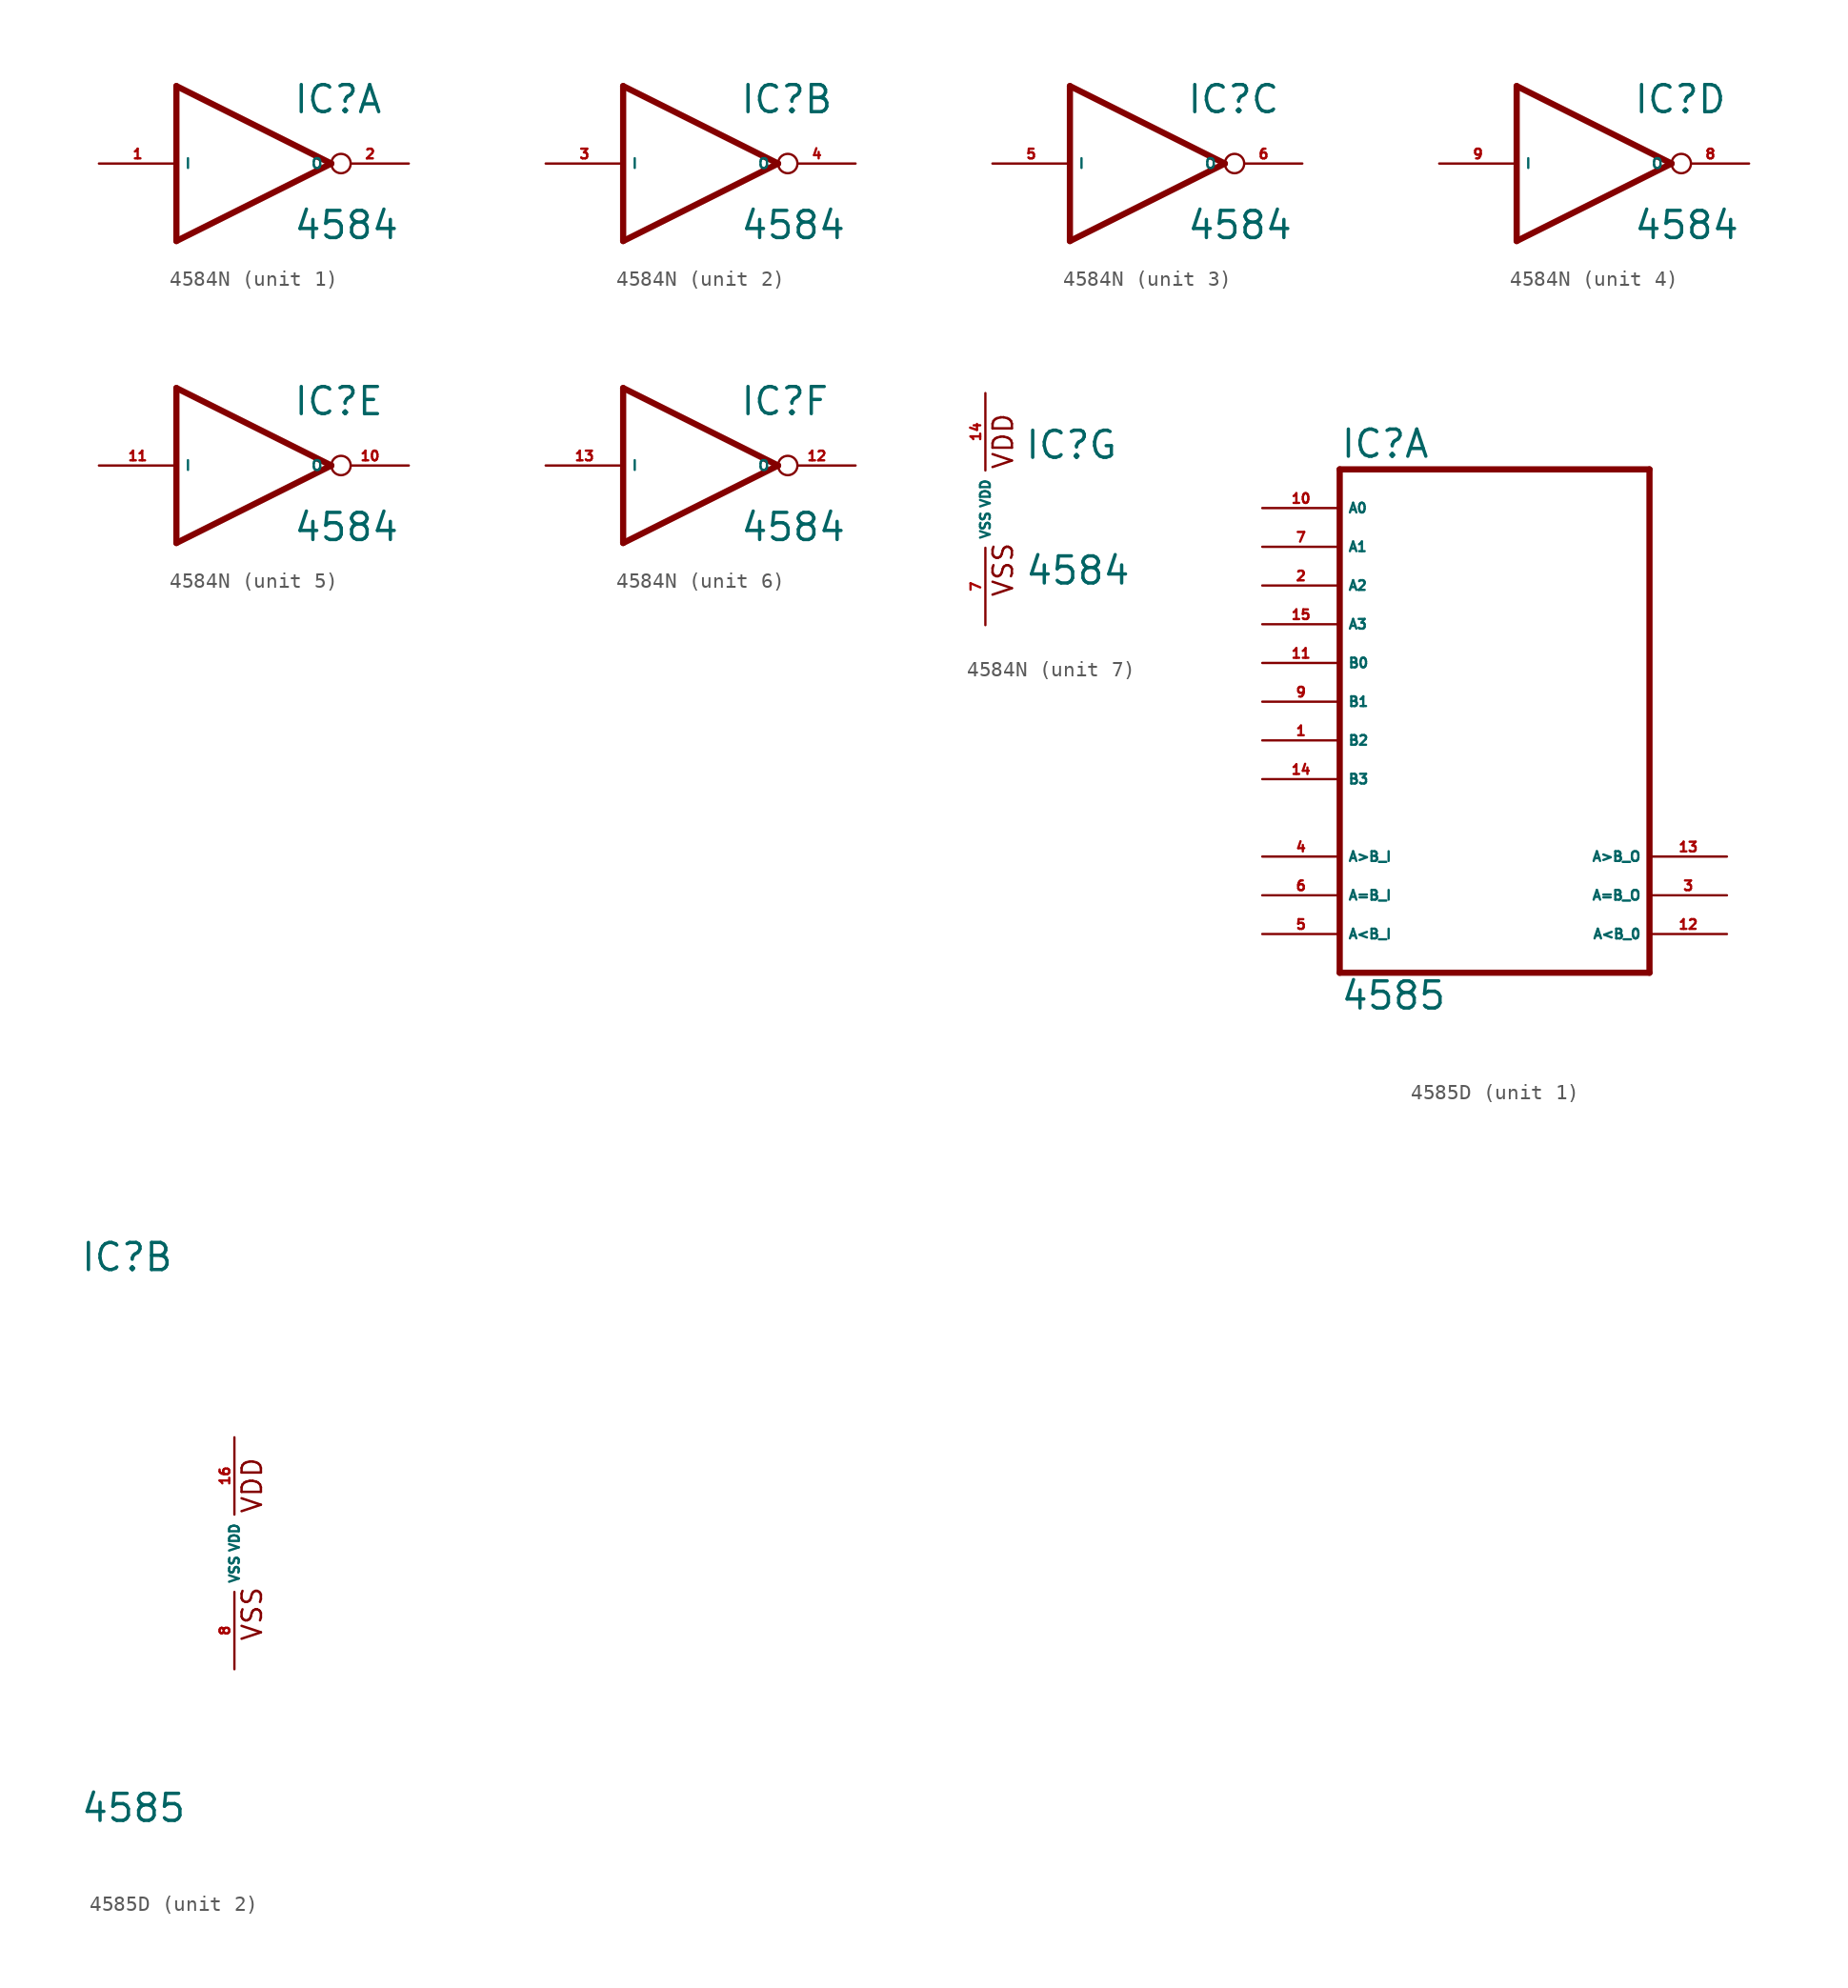
<source format=kicad_sym>
(kicad_symbol_lib
  (version 20220914)
  (generator Eagle2Kicad)
  (symbol "4584N"
    (property "Reference" "IC"
      (at 2.54 3.175 0)
      (effects (font (size 1.778 1.778) (thickness 0.22)) (justify left bottom)))
    (property "Value" "4584"
      (at 2.54 -5.08 0)
      (effects (font (size 1.778 1.778) (thickness 0.22)) (justify left bottom)))
    (symbol "4584N_1_0"
      (polyline (pts (xy -5.08 -5.08) (xy 5.08 0)) (stroke (width 0.406) (type default)) (fill (type none)))
      (polyline (pts (xy 5.08 0) (xy -5.08 5.08)) (stroke (width 0.406) (type default)) (fill (type none)))
      (polyline (pts (xy -5.08 5.08) (xy -5.08 -5.08)) (stroke (width 0.406) (type default)) (fill (type none)))
      (pin output inverted (at 10.16 0 180) (length 5.08) (name "O" (effects (font (size 0.635 0.635) (thickness 0.08)) (justify left bottom))) (number "2" (effects (font (size 0.635 0.635) (thickness 0.08)) (justify left bottom))))
      (pin input line (at -10.16 0 0) (length 5.08) (name "I" (effects (font (size 0.635 0.635) (thickness 0.08)) (justify left bottom))) (number "1" (effects (font (size 0.635 0.635) (thickness 0.08)) (justify left bottom)))))
    (symbol "4584N_2_0"
      (polyline (pts (xy -5.08 -5.08) (xy 5.08 0)) (stroke (width 0.406) (type default)) (fill (type none)))
      (polyline (pts (xy 5.08 0) (xy -5.08 5.08)) (stroke (width 0.406) (type default)) (fill (type none)))
      (polyline (pts (xy -5.08 5.08) (xy -5.08 -5.08)) (stroke (width 0.406) (type default)) (fill (type none)))
      (pin output inverted (at 10.16 0 180) (length 5.08) (name "O" (effects (font (size 0.635 0.635) (thickness 0.08)) (justify left bottom))) (number "4" (effects (font (size 0.635 0.635) (thickness 0.08)) (justify left bottom))))
      (pin input line (at -10.16 0 0) (length 5.08) (name "I" (effects (font (size 0.635 0.635) (thickness 0.08)) (justify left bottom))) (number "3" (effects (font (size 0.635 0.635) (thickness 0.08)) (justify left bottom)))))
    (symbol "4584N_3_0"
      (polyline (pts (xy -5.08 -5.08) (xy 5.08 0)) (stroke (width 0.406) (type default)) (fill (type none)))
      (polyline (pts (xy 5.08 0) (xy -5.08 5.08)) (stroke (width 0.406) (type default)) (fill (type none)))
      (polyline (pts (xy -5.08 5.08) (xy -5.08 -5.08)) (stroke (width 0.406) (type default)) (fill (type none)))
      (pin output inverted (at 10.16 0 180) (length 5.08) (name "O" (effects (font (size 0.635 0.635) (thickness 0.08)) (justify left bottom))) (number "6" (effects (font (size 0.635 0.635) (thickness 0.08)) (justify left bottom))))
      (pin input line (at -10.16 0 0) (length 5.08) (name "I" (effects (font (size 0.635 0.635) (thickness 0.08)) (justify left bottom))) (number "5" (effects (font (size 0.635 0.635) (thickness 0.08)) (justify left bottom)))))
    (symbol "4584N_4_0"
      (polyline (pts (xy -5.08 -5.08) (xy 5.08 0)) (stroke (width 0.406) (type default)) (fill (type none)))
      (polyline (pts (xy 5.08 0) (xy -5.08 5.08)) (stroke (width 0.406) (type default)) (fill (type none)))
      (polyline (pts (xy -5.08 5.08) (xy -5.08 -5.08)) (stroke (width 0.406) (type default)) (fill (type none)))
      (pin output inverted (at 10.16 0 180) (length 5.08) (name "O" (effects (font (size 0.635 0.635) (thickness 0.08)) (justify left bottom))) (number "8" (effects (font (size 0.635 0.635) (thickness 0.08)) (justify left bottom))))
      (pin input line (at -10.16 0 0) (length 5.08) (name "I" (effects (font (size 0.635 0.635) (thickness 0.08)) (justify left bottom))) (number "9" (effects (font (size 0.635 0.635) (thickness 0.08)) (justify left bottom)))))
    (symbol "4584N_5_0"
      (polyline (pts (xy -5.08 -5.08) (xy 5.08 0)) (stroke (width 0.406) (type default)) (fill (type none)))
      (polyline (pts (xy 5.08 0) (xy -5.08 5.08)) (stroke (width 0.406) (type default)) (fill (type none)))
      (polyline (pts (xy -5.08 5.08) (xy -5.08 -5.08)) (stroke (width 0.406) (type default)) (fill (type none)))
      (pin output inverted (at 10.16 0 180) (length 5.08) (name "O" (effects (font (size 0.635 0.635) (thickness 0.08)) (justify left bottom))) (number "10" (effects (font (size 0.635 0.635) (thickness 0.08)) (justify left bottom))))
      (pin input line (at -10.16 0 0) (length 5.08) (name "I" (effects (font (size 0.635 0.635) (thickness 0.08)) (justify left bottom))) (number "11" (effects (font (size 0.635 0.635) (thickness 0.08)) (justify left bottom)))))
    (symbol "4584N_6_0"
      (polyline (pts (xy -5.08 -5.08) (xy 5.08 0)) (stroke (width 0.406) (type default)) (fill (type none)))
      (polyline (pts (xy 5.08 0) (xy -5.08 5.08)) (stroke (width 0.406) (type default)) (fill (type none)))
      (polyline (pts (xy -5.08 5.08) (xy -5.08 -5.08)) (stroke (width 0.406) (type default)) (fill (type none)))
      (pin output inverted (at 10.16 0 180) (length 5.08) (name "O" (effects (font (size 0.635 0.635) (thickness 0.08)) (justify left bottom))) (number "12" (effects (font (size 0.635 0.635) (thickness 0.08)) (justify left bottom))))
      (pin input line (at -10.16 0 0) (length 5.08) (name "I" (effects (font (size 0.635 0.635) (thickness 0.08)) (justify left bottom))) (number "13" (effects (font (size 0.635 0.635) (thickness 0.08)) (justify left bottom)))))
    (symbol "4584N_7_0"
      (text "VDD" (at 1.905 2.54 900) (effects (font (size 1.27 1.27) (thickness 0.16)) (justify left bottom)))
      (text "VSS" (at 1.905 -5.842 900) (effects (font (size 1.27 1.27) (thickness 0.16)) (justify left bottom)))
      (pin unspecified line (at 0 -7.62 90) (length 5.08) (name "VSS" (effects (font (size 0.635 0.635) (thickness 0.08)) (justify left bottom))) (number "7" (effects (font (size 0.635 0.635) (thickness 0.08)) (justify left bottom))))
      (pin unspecified line (at 0 7.62 270) (length 5.08) (name "VDD" (effects (font (size 0.635 0.635) (thickness 0.08)) (justify left bottom))) (number "14" (effects (font (size 0.635 0.635) (thickness 0.08)) (justify left bottom))))))
  (symbol "4585D"
    (property "Reference" "IC"
      (at -10.16 18.415 0)
      (effects (font (size 1.778 1.778) (thickness 0.22)) (justify left bottom)))
    (property "Value" "4585"
      (at -10.16 -17.78 0)
      (effects (font (size 1.778 1.778) (thickness 0.22)) (justify left bottom)))
    (symbol "4585D_1_0"
      (polyline (pts (xy -10.16 -15.24) (xy 10.16 -15.24)) (stroke (width 0.406) (type default)) (fill (type none)))
      (polyline (pts (xy 10.16 -15.24) (xy 10.16 17.78)) (stroke (width 0.406) (type default)) (fill (type none)))
      (polyline (pts (xy 10.16 17.78) (xy -10.16 17.78)) (stroke (width 0.406) (type default)) (fill (type none)))
      (polyline (pts (xy -10.16 17.78) (xy -10.16 -15.24)) (stroke (width 0.406) (type default)) (fill (type none)))
      (pin input line (at -15.24 0 0) (length 5.08) (name "B2" (effects (font (size 0.635 0.635) (thickness 0.08)) (justify left bottom))) (number "1" (effects (font (size 0.635 0.635) (thickness 0.08)) (justify left bottom))))
      (pin input line (at -15.24 10.16 0) (length 5.08) (name "A2" (effects (font (size 0.635 0.635) (thickness 0.08)) (justify left bottom))) (number "2" (effects (font (size 0.635 0.635) (thickness 0.08)) (justify left bottom))))
      (pin output line (at 15.24 -10.16 180) (length 5.08) (name "A=B_O" (effects (font (size 0.635 0.635) (thickness 0.08)) (justify left bottom))) (number "3" (effects (font (size 0.635 0.635) (thickness 0.08)) (justify left bottom))))
      (pin input line (at -15.24 -7.62 0) (length 5.08) (name "A>B_I" (effects (font (size 0.635 0.635) (thickness 0.08)) (justify left bottom))) (number "4" (effects (font (size 0.635 0.635) (thickness 0.08)) (justify left bottom))))
      (pin input line (at -15.24 -12.7 0) (length 5.08) (name "A<B_I" (effects (font (size 0.635 0.635) (thickness 0.08)) (justify left bottom))) (number "5" (effects (font (size 0.635 0.635) (thickness 0.08)) (justify left bottom))))
      (pin input line (at -15.24 -10.16 0) (length 5.08) (name "A=B_I" (effects (font (size 0.635 0.635) (thickness 0.08)) (justify left bottom))) (number "6" (effects (font (size 0.635 0.635) (thickness 0.08)) (justify left bottom))))
      (pin input line (at -15.24 12.7 0) (length 5.08) (name "A1" (effects (font (size 0.635 0.635) (thickness 0.08)) (justify left bottom))) (number "7" (effects (font (size 0.635 0.635) (thickness 0.08)) (justify left bottom))))
      (pin input line (at -15.24 2.54 0) (length 5.08) (name "B1" (effects (font (size 0.635 0.635) (thickness 0.08)) (justify left bottom))) (number "9" (effects (font (size 0.635 0.635) (thickness 0.08)) (justify left bottom))))
      (pin input line (at -15.24 15.24 0) (length 5.08) (name "A0" (effects (font (size 0.635 0.635) (thickness 0.08)) (justify left bottom))) (number "10" (effects (font (size 0.635 0.635) (thickness 0.08)) (justify left bottom))))
      (pin input line (at -15.24 5.08 0) (length 5.08) (name "B0" (effects (font (size 0.635 0.635) (thickness 0.08)) (justify left bottom))) (number "11" (effects (font (size 0.635 0.635) (thickness 0.08)) (justify left bottom))))
      (pin output line (at 15.24 -12.7 180) (length 5.08) (name "A<B_0" (effects (font (size 0.635 0.635) (thickness 0.08)) (justify left bottom))) (number "12" (effects (font (size 0.635 0.635) (thickness 0.08)) (justify left bottom))))
      (pin output line (at 15.24 -7.62 180) (length 5.08) (name "A>B_O" (effects (font (size 0.635 0.635) (thickness 0.08)) (justify left bottom))) (number "13" (effects (font (size 0.635 0.635) (thickness 0.08)) (justify left bottom))))
      (pin input line (at -15.24 -2.54 0) (length 5.08) (name "B3" (effects (font (size 0.635 0.635) (thickness 0.08)) (justify left bottom))) (number "14" (effects (font (size 0.635 0.635) (thickness 0.08)) (justify left bottom))))
      (pin input line (at -15.24 7.62 0) (length 5.08) (name "A3" (effects (font (size 0.635 0.635) (thickness 0.08)) (justify left bottom))) (number "15" (effects (font (size 0.635 0.635) (thickness 0.08)) (justify left bottom)))))
    (symbol "4585D_2_0"
      (text "VDD" (at 1.905 2.54 900) (effects (font (size 1.27 1.27) (thickness 0.16)) (justify left bottom)))
      (text "VSS" (at 1.905 -5.842 900) (effects (font (size 1.27 1.27) (thickness 0.16)) (justify left bottom)))
      (pin unspecified line (at 0 -7.62 90) (length 5.08) (name "VSS" (effects (font (size 0.635 0.635) (thickness 0.08)) (justify left bottom))) (number "8" (effects (font (size 0.635 0.635) (thickness 0.08)) (justify left bottom))))
      (pin unspecified line (at 0 7.62 270) (length 5.08) (name "VDD" (effects (font (size 0.635 0.635) (thickness 0.08)) (justify left bottom))) (number "16" (effects (font (size 0.635 0.635) (thickness 0.08)) (justify left bottom)))))))
</source>
